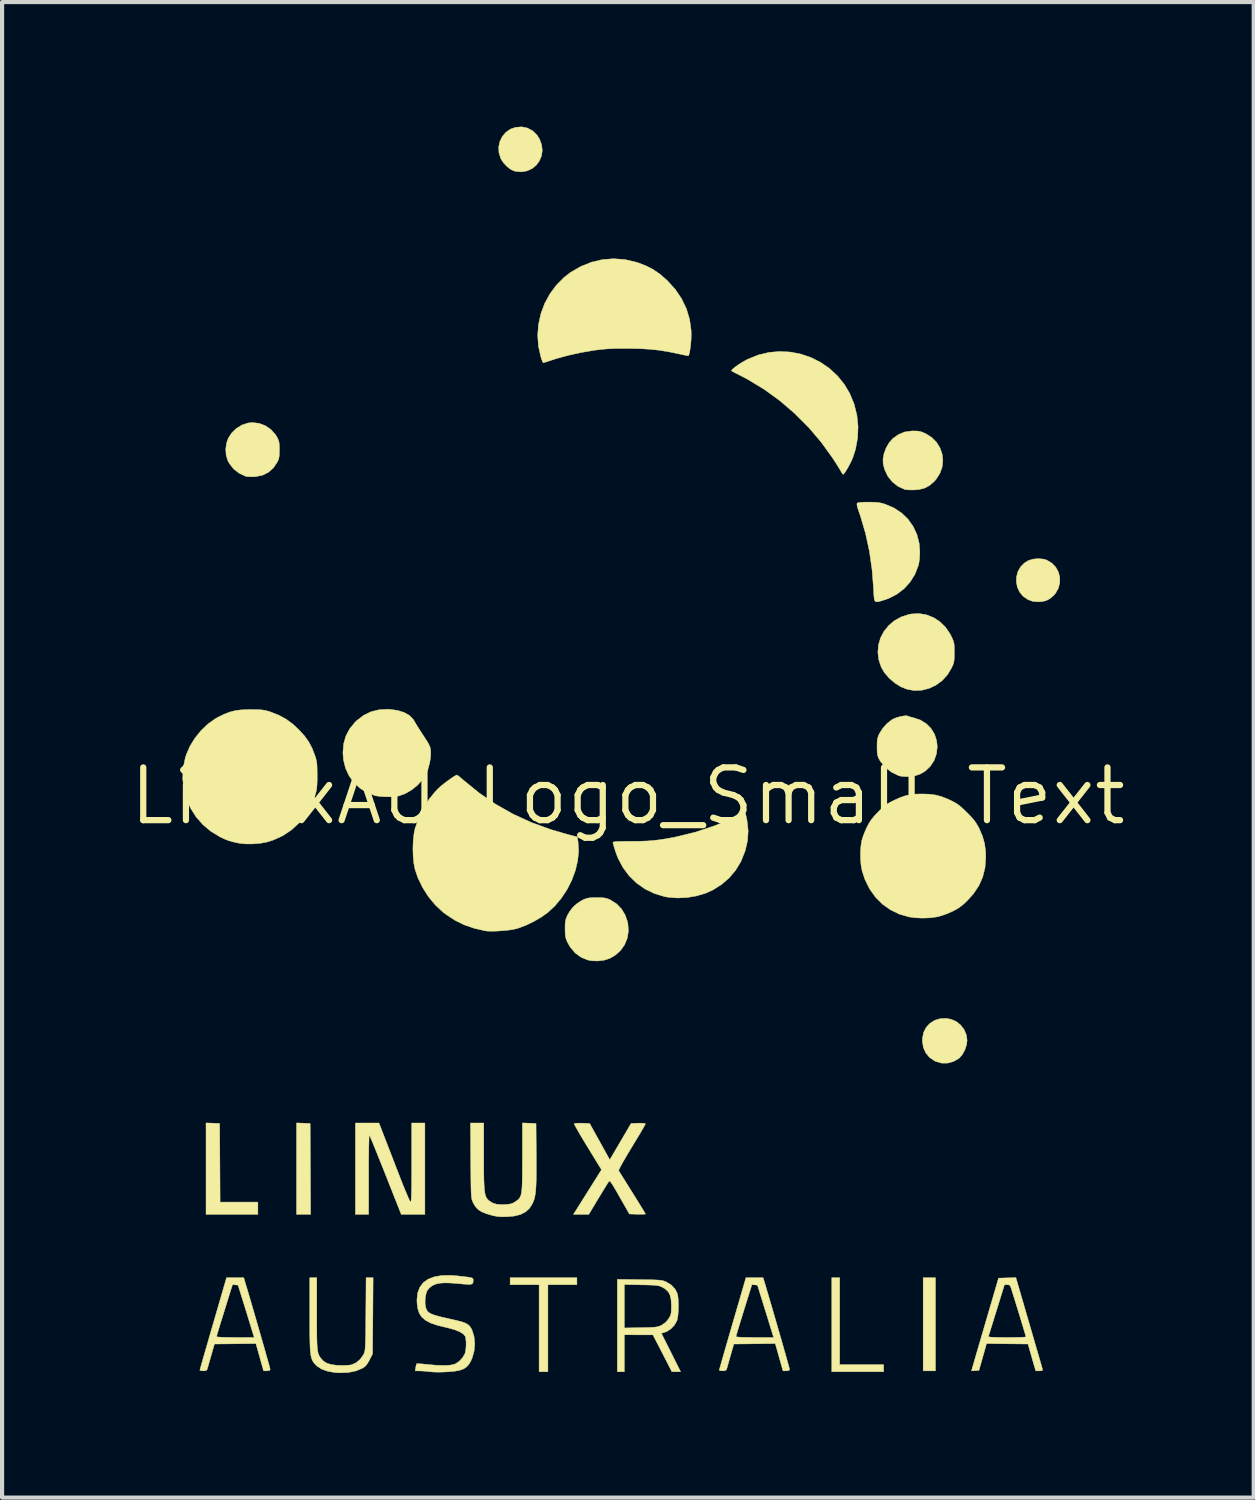
<source format=kicad_pcb>
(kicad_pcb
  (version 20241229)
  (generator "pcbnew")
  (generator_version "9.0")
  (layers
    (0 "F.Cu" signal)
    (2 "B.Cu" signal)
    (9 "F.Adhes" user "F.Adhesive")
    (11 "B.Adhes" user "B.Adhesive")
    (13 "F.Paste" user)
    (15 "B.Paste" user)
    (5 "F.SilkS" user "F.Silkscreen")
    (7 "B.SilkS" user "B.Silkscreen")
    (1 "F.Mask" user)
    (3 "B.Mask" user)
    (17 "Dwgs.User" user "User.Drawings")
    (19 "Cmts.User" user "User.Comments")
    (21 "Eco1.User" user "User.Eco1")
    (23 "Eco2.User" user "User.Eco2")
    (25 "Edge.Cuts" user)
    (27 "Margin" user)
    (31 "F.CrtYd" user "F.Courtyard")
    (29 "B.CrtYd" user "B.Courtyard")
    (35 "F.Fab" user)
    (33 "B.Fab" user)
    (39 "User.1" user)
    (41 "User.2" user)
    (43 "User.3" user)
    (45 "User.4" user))
  (footprint "LinuxAU_Logo_Small_Text"
    (layer "F.Cu")
    (at 12.072 16.123)
    (property "Reference" "LinuxAU_Logo_Small_Text" (at 0 0 0) (layer "F.SilkS") (effects (font (size 1.27 1.27) (thickness 0.15))))
    (attr through_hole)
    (fp_poly (pts (xy 3.841 -13.533) (xy 4.039 -13.467) (xy 4.224 -13.361) (xy 4.392 -13.22) (xy 4.531 -13.053) (xy 4.634 -12.871) (xy 4.701 -12.681) (xy 4.733 -12.485) (xy 4.732 -12.288) (xy 4.699 -12.095) (xy 4.635 -11.91) (xy 4.542 -11.737) (xy 4.42 -11.582) (xy 4.271 -11.447) (xy 4.095 -11.339) (xy 3.895 -11.26) (xy 3.859 -11.25) (xy 3.754 -11.232) (xy 3.628 -11.222) (xy 3.495 -11.222) (xy 3.372 -11.232) (xy 3.281 -11.249) (xy 3.081 -11.326) (xy 2.9 -11.439) (xy 2.743 -11.583) (xy 2.613 -11.755) (xy 2.514 -11.951) (xy 2.485 -12.032) (xy 2.438 -12.247) (xy 2.429 -12.461) (xy 2.458 -12.669) (xy 2.522 -12.866) (xy 2.62 -13.047) (xy 2.75 -13.208) (xy 2.91 -13.344) (xy 3.009 -13.405) (xy 3.215 -13.497) (xy 3.426 -13.549) (xy 3.636 -13.561) (xy 3.841 -13.533)) (stroke (width 0.01) (type solid)) (fill yes) (layer "F.Mask"))
    (fp_poly (pts (xy 9.453 -3.606) (xy 9.684 -3.559) (xy 9.91 -3.473) (xy 9.924 -3.467) (xy 10.059 -3.384) (xy 10.196 -3.271) (xy 10.325 -3.138) (xy 10.437 -2.994) (xy 10.517 -2.857) (xy 10.607 -2.629) (xy 10.655 -2.397) (xy 10.661 -2.163) (xy 10.626 -1.93) (xy 10.604 -1.852) (xy 10.518 -1.641) (xy 10.396 -1.445) (xy 10.243 -1.271) (xy 10.064 -1.124) (xy 9.865 -1.008) (xy 9.716 -0.949) (xy 9.605 -0.922) (xy 9.468 -0.904) (xy 9.32 -0.895) (xy 9.174 -0.896) (xy 9.044 -0.907) (xy 8.975 -0.92) (xy 8.757 -0.996) (xy 8.554 -1.108) (xy 8.373 -1.251) (xy 8.216 -1.421) (xy 8.089 -1.614) (xy 7.996 -1.823) (xy 7.969 -1.916) (xy 7.94 -2.092) (xy 7.935 -2.287) (xy 7.954 -2.486) (xy 7.996 -2.675) (xy 8.035 -2.786) (xy 8.093 -2.9) (xy 8.175 -3.025) (xy 8.27 -3.148) (xy 8.368 -3.252) (xy 8.385 -3.268) (xy 8.572 -3.409) (xy 8.776 -3.514) (xy 8.995 -3.583) (xy 9.222 -3.613) (xy 9.453 -3.606)) (stroke (width 0.01) (type solid)) (fill yes) (layer "F.Mask"))
    (fp_poly (pts (xy -7.359 -7.349) (xy -7.052 -7.288) (xy -6.899 -7.242) (xy -6.638 -7.136) (xy -6.391 -6.999) (xy -6.165 -6.838) (xy -5.968 -6.658) (xy -5.862 -6.537) (xy -5.784 -6.438) (xy -5.843 -6.209) (xy -5.938 -5.755) (xy -5.993 -5.29) (xy -6.01 -4.82) (xy -5.988 -4.351) (xy -5.927 -3.889) (xy -5.87 -3.615) (xy -5.817 -3.388) (xy -5.861 -3.326) (xy -5.913 -3.265) (xy -5.99 -3.188) (xy -6.083 -3.102) (xy -6.183 -3.018) (xy -6.28 -2.943) (xy -6.293 -2.933) (xy -6.554 -2.773) (xy -6.834 -2.649) (xy -7.127 -2.561) (xy -7.43 -2.512) (xy -7.736 -2.502) (xy -8.012 -2.528) (xy -8.337 -2.6) (xy -8.643 -2.708) (xy -8.927 -2.853) (xy -9.189 -3.034) (xy -9.412 -3.232) (xy -9.618 -3.467) (xy -9.787 -3.72) (xy -9.92 -3.985) (xy -10.017 -4.262) (xy -10.079 -4.545) (xy -10.107 -4.833) (xy -10.1 -5.121) (xy -10.059 -5.406) (xy -9.985 -5.685) (xy -9.878 -5.956) (xy -9.739 -6.213) (xy -9.568 -6.455) (xy -9.365 -6.678) (xy -9.132 -6.878) (xy -8.868 -7.053) (xy -8.857 -7.059) (xy -8.577 -7.194) (xy -8.283 -7.292) (xy -7.979 -7.35) (xy -7.67 -7.369) (xy -7.359 -7.349)) (stroke (width 0.01) (type solid)) (fill yes) (layer "F.Mask"))
    (fp_poly (pts (xy 4.108 1.806) (xy 4.36 1.863) (xy 4.608 1.96) (xy 4.72 2.017) (xy 4.843 2.098) (xy 4.975 2.207) (xy 5.108 2.333) (xy 5.231 2.468) (xy 5.335 2.601) (xy 5.395 2.695) (xy 5.501 2.914) (xy 5.579 3.146) (xy 5.628 3.379) (xy 5.646 3.604) (xy 5.641 3.725) (xy 5.595 3.992) (xy 5.513 4.244) (xy 5.396 4.478) (xy 5.248 4.691) (xy 5.072 4.88) (xy 4.87 5.043) (xy 4.647 5.176) (xy 4.405 5.275) (xy 4.147 5.339) (xy 3.958 5.361) (xy 3.854 5.364) (xy 3.747 5.363) (xy 3.659 5.356) (xy 3.651 5.355) (xy 3.376 5.297) (xy 3.12 5.202) (xy 2.884 5.072) (xy 2.672 4.909) (xy 2.486 4.716) (xy 2.328 4.494) (xy 2.202 4.246) (xy 2.134 4.063) (xy 2.115 3.995) (xy 2.101 3.931) (xy 2.092 3.86) (xy 2.087 3.774) (xy 2.085 3.661) (xy 2.085 3.577) (xy 2.086 3.444) (xy 2.089 3.343) (xy 2.095 3.264) (xy 2.106 3.197) (xy 2.122 3.132) (xy 2.135 3.09) (xy 2.236 2.832) (xy 2.367 2.598) (xy 2.526 2.391) (xy 2.708 2.212) (xy 2.911 2.062) (xy 3.13 1.944) (xy 3.363 1.857) (xy 3.606 1.805) (xy 3.855 1.787) (xy 4.108 1.806)) (stroke (width 0.01) (type solid)) (fill yes) (layer "F.Mask"))
    (fp_poly (pts (xy -5.535 -14.494) (xy -5.259 -14.454) (xy -4.993 -14.38) (xy -4.741 -14.271) (xy -4.505 -14.131) (xy -4.288 -13.961) (xy -4.093 -13.763) (xy -3.925 -13.538) (xy -3.785 -13.289) (xy -3.677 -13.016) (xy -3.627 -12.838) (xy -3.604 -12.696) (xy -3.591 -12.529) (xy -3.588 -12.352) (xy -3.596 -12.177) (xy -3.615 -12.018) (xy -3.637 -11.912) (xy -3.733 -11.624) (xy -3.857 -11.367) (xy -4.011 -11.136) (xy -4.128 -11) (xy -4.348 -10.792) (xy -4.584 -10.621) (xy -4.841 -10.486) (xy -5.122 -10.383) (xy -5.133 -10.38) (xy -5.22 -10.357) (xy -5.302 -10.34) (xy -5.39 -10.329) (xy -5.495 -10.322) (xy -5.631 -10.317) (xy -5.641 -10.317) (xy -5.817 -10.316) (xy -5.958 -10.321) (xy -6.069 -10.333) (xy -6.104 -10.34) (xy -6.397 -10.421) (xy -6.669 -10.538) (xy -6.919 -10.688) (xy -7.143 -10.868) (xy -7.34 -11.077) (xy -7.507 -11.312) (xy -7.641 -11.571) (xy -7.74 -11.851) (xy -7.758 -11.922) (xy -7.774 -12.002) (xy -7.788 -12.108) (xy -7.799 -12.221) (xy -7.803 -12.278) (xy -7.8 -12.57) (xy -7.757 -12.854) (xy -7.676 -13.126) (xy -7.56 -13.384) (xy -7.412 -13.623) (xy -7.233 -13.84) (xy -7.026 -14.032) (xy -6.792 -14.196) (xy -6.536 -14.328) (xy -6.39 -14.384) (xy -6.103 -14.46) (xy -5.817 -14.497) (xy -5.535 -14.494)) (stroke (width 0.01) (type solid)) (fill yes) (layer "F.Mask"))
    (fp_poly (pts (xy 7.408 13.843) (xy 7.112 13.843) (xy 7.112 11.599) (xy 7.408 11.599) (xy 7.408 13.843)) (stroke (width 0.01) (type solid)) (fill yes) (layer "F.SilkS"))
    (fp_poly (pts (xy -7.816 7.878) (xy -7.652 7.885) (xy -7.641 10.075) (xy -7.98 10.075) (xy -7.98 7.872) (xy -7.816 7.878)) (stroke (width 0.01) (type solid)) (fill yes) (layer "F.SilkS"))
    (fp_poly (pts (xy 5.101 13.695) (xy 6.16 13.695) (xy 6.16 13.864) (xy 4.911 13.864) (xy 4.911 11.599) (xy 5.101 11.599) (xy 5.101 13.695)) (stroke (width 0.01) (type solid)) (fill yes) (layer "F.SilkS"))
    (fp_poly (pts (xy -9.996 7.878) (xy -9.832 7.885) (xy -9.826 8.832) (xy -9.821 9.779) (xy -8.911 9.779) (xy -8.911 10.075) (xy -10.16 10.075) (xy -10.16 7.872) (xy -9.996 7.878)) (stroke (width 0.01) (type solid)) (fill yes) (layer "F.SilkS"))
    (fp_poly (pts (xy -1.228 11.769) (xy -1.926 11.769) (xy -1.926 13.864) (xy -2.138 13.864) (xy -2.138 11.769) (xy -2.836 11.769) (xy -2.836 11.599) (xy -1.228 11.599) (xy -1.228 11.769)) (stroke (width 0.01) (type solid)) (fill yes) (layer "F.SilkS"))
    (fp_poly (pts (xy -2.417 -16.089) (xy -2.294 -16.023) (xy -2.19 -15.922) (xy -2.128 -15.824) (xy -2.076 -15.683) (xy -2.062 -15.544) (xy -2.082 -15.413) (xy -2.133 -15.294) (xy -2.21 -15.191) (xy -2.31 -15.111) (xy -2.429 -15.057) (xy -2.563 -15.034) (xy -2.708 -15.047) (xy -2.735 -15.054) (xy -2.819 -15.092) (xy -2.907 -15.159) (xy -2.989 -15.244) (xy -3.051 -15.335) (xy -3.061 -15.356) (xy -3.105 -15.493) (xy -3.111 -15.632) (xy -3.083 -15.765) (xy -3.024 -15.886) (xy -2.937 -15.988) (xy -2.826 -16.064) (xy -2.703 -16.107) (xy -2.555 -16.118) (xy -2.417 -16.089)) (stroke (width 0.01) (type solid)) (fill yes) (layer "F.SilkS"))
    (fp_poly (pts (xy 7.783 5.375) (xy 7.91 5.43) (xy 8.017 5.517) (xy 8.101 5.629) (xy 8.154 5.758) (xy 8.17 5.885) (xy 8.156 5.995) (xy 8.117 6.111) (xy 8.06 6.218) (xy 7.991 6.301) (xy 7.972 6.318) (xy 7.839 6.394) (xy 7.698 6.432) (xy 7.553 6.431) (xy 7.411 6.389) (xy 7.391 6.38) (xy 7.267 6.296) (xy 7.175 6.186) (xy 7.116 6.053) (xy 7.093 5.899) (xy 7.095 5.832) (xy 7.123 5.691) (xy 7.185 5.57) (xy 7.275 5.473) (xy 7.389 5.402) (xy 7.521 5.361) (xy 7.665 5.354) (xy 7.783 5.375)) (stroke (width 0.01) (type solid)) (fill yes) (layer "F.SilkS"))
    (fp_poly (pts (xy 10.011 -5.707) (xy 10.086 -5.685) (xy 10.209 -5.612) (xy 10.304 -5.515) (xy 10.368 -5.399) (xy 10.402 -5.271) (xy 10.402 -5.139) (xy 10.369 -5.008) (xy 10.302 -4.887) (xy 10.244 -4.822) (xy 10.154 -4.748) (xy 10.062 -4.703) (xy 9.952 -4.682) (xy 9.863 -4.678) (xy 9.747 -4.691) (xy 9.635 -4.733) (xy 9.634 -4.733) (xy 9.52 -4.811) (xy 9.436 -4.912) (xy 9.381 -5.03) (xy 9.356 -5.156) (xy 9.361 -5.285) (xy 9.395 -5.409) (xy 9.459 -5.522) (xy 9.553 -5.616) (xy 9.644 -5.672) (xy 9.758 -5.707) (xy 9.886 -5.719) (xy 10.011 -5.707)) (stroke (width 0.01) (type solid)) (fill yes) (layer "F.SilkS"))
    (fp_poly (pts (xy -8.879 -8.976) (xy -8.729 -8.919) (xy -8.596 -8.828) (xy -8.49 -8.709) (xy -8.456 -8.656) (xy -8.426 -8.597) (xy -8.407 -8.546) (xy -8.397 -8.489) (xy -8.393 -8.413) (xy -8.393 -8.34) (xy -8.394 -8.237) (xy -8.401 -8.164) (xy -8.414 -8.108) (xy -8.437 -8.056) (xy -8.44 -8.049) (xy -8.537 -7.906) (xy -8.655 -7.8) (xy -8.795 -7.729) (xy -8.958 -7.695) (xy -9.003 -7.691) (xy -9.087 -7.69) (xy -9.16 -7.694) (xy -9.207 -7.702) (xy -9.361 -7.774) (xy -9.494 -7.878) (xy -9.597 -8.008) (xy -9.637 -8.083) (xy -9.676 -8.213) (xy -9.685 -8.358) (xy -9.665 -8.504) (xy -9.624 -8.619) (xy -9.539 -8.749) (xy -9.426 -8.857) (xy -9.294 -8.937) (xy -9.15 -8.985) (xy -9.041 -8.996) (xy -8.879 -8.976)) (stroke (width 0.01) (type solid)) (fill yes) (layer "F.SilkS"))
    (fp_poly (pts (xy 6.963 -8.792) (xy 7.034 -8.783) (xy 7.099 -8.762) (xy 7.179 -8.726) (xy 7.18 -8.725) (xy 7.324 -8.633) (xy 7.438 -8.516) (xy 7.52 -8.38) (xy 7.57 -8.232) (xy 7.586 -8.077) (xy 7.568 -7.921) (xy 7.514 -7.77) (xy 7.423 -7.629) (xy 7.381 -7.581) (xy 7.269 -7.483) (xy 7.152 -7.419) (xy 7.018 -7.384) (xy 6.9 -7.373) (xy 6.81 -7.373) (xy 6.731 -7.376) (xy 6.676 -7.382) (xy 6.668 -7.385) (xy 6.507 -7.459) (xy 6.371 -7.565) (xy 6.262 -7.701) (xy 6.185 -7.862) (xy 6.148 -8.004) (xy 6.145 -8.123) (xy 6.171 -8.256) (xy 6.222 -8.389) (xy 6.293 -8.511) (xy 6.378 -8.608) (xy 6.515 -8.707) (xy 6.665 -8.769) (xy 6.833 -8.793) (xy 6.869 -8.794) (xy 6.963 -8.792)) (stroke (width 0.01) (type solid)) (fill yes) (layer "F.SilkS"))
    (fp_poly (pts (xy 7.19 -4.366) (xy 7.36 -4.3) (xy 7.514 -4.2) (xy 7.649 -4.068) (xy 7.759 -3.907) (xy 7.787 -3.853) (xy 7.821 -3.78) (xy 7.843 -3.722) (xy 7.856 -3.667) (xy 7.862 -3.6) (xy 7.863 -3.51) (xy 7.863 -3.461) (xy 7.863 -3.355) (xy 7.858 -3.279) (xy 7.849 -3.22) (xy 7.832 -3.166) (xy 7.804 -3.103) (xy 7.796 -3.087) (xy 7.697 -2.921) (xy 7.57 -2.782) (xy 7.421 -2.672) (xy 7.255 -2.594) (xy 7.079 -2.549) (xy 6.897 -2.542) (xy 6.729 -2.571) (xy 6.579 -2.63) (xy 6.431 -2.723) (xy 6.295 -2.838) (xy 6.182 -2.969) (xy 6.104 -3.1) (xy 6.043 -3.281) (xy 6.021 -3.463) (xy 6.036 -3.641) (xy 6.085 -3.81) (xy 6.167 -3.966) (xy 6.279 -4.105) (xy 6.418 -4.223) (xy 6.581 -4.314) (xy 6.767 -4.375) (xy 6.826 -4.386) (xy 7.011 -4.396) (xy 7.19 -4.366)) (stroke (width 0.01) (type solid)) (fill yes) (layer "F.SilkS"))
    (fp_poly (pts (xy 5.918 -7.078) (xy 6.012 -7.072) (xy 6.092 -7.059) (xy 6.172 -7.038) (xy 6.198 -7.029) (xy 6.408 -6.94) (xy 6.591 -6.819) (xy 6.746 -6.67) (xy 6.87 -6.495) (xy 6.961 -6.3) (xy 7.016 -6.086) (xy 7.032 -5.882) (xy 7.026 -5.731) (xy 7.008 -5.602) (xy 6.996 -5.555) (xy 6.914 -5.343) (xy 6.797 -5.154) (xy 6.649 -4.992) (xy 6.474 -4.859) (xy 6.275 -4.758) (xy 6.195 -4.73) (xy 6.096 -4.699) (xy 6.026 -4.68) (xy 5.978 -4.679) (xy 5.949 -4.701) (xy 5.933 -4.75) (xy 5.925 -4.83) (xy 5.919 -4.947) (xy 5.918 -4.979) (xy 5.881 -5.451) (xy 5.817 -5.897) (xy 5.724 -6.326) (xy 5.601 -6.744) (xy 5.566 -6.846) (xy 5.534 -6.943) (xy 5.518 -7.007) (xy 5.518 -7.044) (xy 5.524 -7.056) (xy 5.557 -7.068) (xy 5.628 -7.075) (xy 5.732 -7.08) (xy 5.795 -7.08) (xy 5.918 -7.078)) (stroke (width 0.01) (type solid)) (fill yes) (layer "F.SilkS"))
    (fp_poly (pts (xy 6.74 -1.929) (xy 6.742 -1.928) (xy 6.773 -1.915) (xy 6.831 -1.898) (xy 6.879 -1.887) (xy 7.046 -1.831) (xy 7.188 -1.743) (xy 7.303 -1.627) (xy 7.388 -1.486) (xy 7.438 -1.326) (xy 7.451 -1.186) (xy 7.431 -1.014) (xy 7.374 -0.855) (xy 7.284 -0.717) (xy 7.163 -0.603) (xy 7.055 -0.537) (xy 6.95 -0.499) (xy 6.826 -0.476) (xy 6.698 -0.468) (xy 6.582 -0.477) (xy 6.516 -0.494) (xy 6.344 -0.579) (xy 6.198 -0.695) (xy 6.082 -0.837) (xy 6.049 -0.893) (xy 6.025 -0.945) (xy 6.011 -1) (xy 6.003 -1.069) (xy 6.001 -1.166) (xy 6.001 -1.185) (xy 6.002 -1.286) (xy 6.008 -1.359) (xy 6.022 -1.417) (xy 6.045 -1.477) (xy 6.06 -1.508) (xy 6.138 -1.632) (xy 6.238 -1.744) (xy 6.349 -1.832) (xy 6.401 -1.862) (xy 6.472 -1.89) (xy 6.553 -1.913) (xy 6.634 -1.929) (xy 6.7 -1.935) (xy 6.74 -1.929)) (stroke (width 0.01) (type solid)) (fill yes) (layer "F.SilkS"))
    (fp_poly (pts (xy -0.647 2.446) (xy -0.572 2.452) (xy -0.512 2.464) (xy -0.454 2.486) (xy -0.423 2.5) (xy -0.276 2.593) (xy -0.155 2.716) (xy -0.064 2.866) (xy -0.006 3.038) (xy 0.000175 3.07) (xy 0.013 3.25) (xy -0.014 3.422) (xy -0.078 3.579) (xy -0.176 3.719) (xy -0.306 3.834) (xy -0.436 3.909) (xy -0.569 3.952) (xy -0.72 3.971) (xy -0.871 3.967) (xy -0.968 3.948) (xy -1.128 3.882) (xy -1.268 3.779) (xy -1.384 3.644) (xy -1.458 3.516) (xy -1.485 3.451) (xy -1.502 3.391) (xy -1.51 3.321) (xy -1.513 3.227) (xy -1.513 3.196) (xy -1.512 3.094) (xy -1.505 3.019) (xy -1.491 2.957) (xy -1.466 2.895) (xy -1.457 2.875) (xy -1.409 2.79) (xy -1.345 2.703) (xy -1.302 2.656) (xy -1.227 2.591) (xy -1.138 2.531) (xy -1.084 2.501) (xy -1.021 2.474) (xy -0.963 2.457) (xy -0.897 2.448) (xy -0.809 2.445) (xy -0.751 2.445) (xy -0.647 2.446)) (stroke (width 0.01) (type solid)) (fill yes) (layer "F.SilkS"))
    (fp_poly (pts (xy -5.748 -2.09) (xy -5.552 -2.064) (xy -5.39 -2.015) (xy -5.262 -1.943) (xy -5.169 -1.847) (xy -5.142 -1.803) (xy -5.111 -1.748) (xy -5.062 -1.669) (xy -5.002 -1.574) (xy -4.937 -1.474) (xy -4.924 -1.455) (xy -4.857 -1.352) (xy -4.81 -1.276) (xy -4.78 -1.217) (xy -4.761 -1.167) (xy -4.752 -1.119) (xy -4.748 -1.084) (xy -4.75 -0.951) (xy -4.773 -0.8) (xy -4.815 -0.648) (xy -4.86 -0.536) (xy -4.948 -0.393) (xy -5.069 -0.26) (xy -5.212 -0.145) (xy -5.369 -0.056) (xy -5.527 -0.001) (xy -5.625 0.013) (xy -5.747 0.018) (xy -5.877 0.016) (xy -5.998 0.005) (xy -6.09 -0.011) (xy -6.284 -0.084) (xy -6.454 -0.191) (xy -6.599 -0.327) (xy -6.715 -0.488) (xy -6.8 -0.672) (xy -6.85 -0.873) (xy -6.863 -1.048) (xy -6.846 -1.256) (xy -6.793 -1.445) (xy -6.702 -1.617) (xy -6.572 -1.777) (xy -6.53 -1.818) (xy -6.368 -1.943) (xy -6.187 -2.031) (xy -5.989 -2.08) (xy -5.776 -2.091) (xy -5.748 -2.09)) (stroke (width 0.01) (type solid)) (fill yes) (layer "F.SilkS"))
    (fp_poly (pts (xy 3.912 -10.695) (xy 4.165 -10.646) (xy 4.409 -10.563) (xy 4.64 -10.447) (xy 4.854 -10.3) (xy 5.046 -10.122) (xy 5.213 -9.916) (xy 5.344 -9.696) (xy 5.449 -9.441) (xy 5.516 -9.173) (xy 5.544 -8.899) (xy 5.533 -8.624) (xy 5.483 -8.353) (xy 5.419 -8.154) (xy 5.387 -8.08) (xy 5.346 -7.997) (xy 5.301 -7.914) (xy 5.257 -7.84) (xy 5.219 -7.782) (xy 5.191 -7.751) (xy 5.184 -7.747) (xy 5.168 -7.764) (xy 5.14 -7.807) (xy 5.123 -7.837) (xy 5.091 -7.891) (xy 5.042 -7.97) (xy 4.984 -8.061) (xy 4.934 -8.138) (xy 4.658 -8.521) (xy 4.351 -8.882) (xy 4.016 -9.217) (xy 3.658 -9.524) (xy 3.28 -9.798) (xy 2.887 -10.036) (xy 2.727 -10.12) (xy 2.64 -10.164) (xy 2.567 -10.201) (xy 2.517 -10.228) (xy 2.498 -10.239) (xy 2.503 -10.26) (xy 2.538 -10.297) (xy 2.597 -10.344) (xy 2.674 -10.398) (xy 2.762 -10.453) (xy 2.854 -10.504) (xy 2.888 -10.522) (xy 3.138 -10.623) (xy 3.394 -10.685) (xy 3.654 -10.708) (xy 3.912 -10.695)) (stroke (width 0.01) (type solid)) (fill yes) (layer "F.SilkS"))
    (fp_poly (pts (xy 2.835 0.431) (xy 2.849 0.487) (xy 2.865 0.564) (xy 2.871 0.595) (xy 2.897 0.834) (xy 2.882 1.073) (xy 2.827 1.313) (xy 2.731 1.557) (xy 2.716 1.587) (xy 2.595 1.787) (xy 2.44 1.97) (xy 2.256 2.129) (xy 2.049 2.26) (xy 1.87 2.341) (xy 1.653 2.405) (xy 1.421 2.444) (xy 1.187 2.454) (xy 0.965 2.436) (xy 0.889 2.422) (xy 0.641 2.348) (xy 0.413 2.238) (xy 0.208 2.094) (xy 0.029 1.919) (xy -0.122 1.715) (xy -0.242 1.486) (xy -0.298 1.334) (xy -0.325 1.248) (xy -0.346 1.176) (xy -0.358 1.128) (xy -0.36 1.117) (xy -0.35 1.107) (xy -0.317 1.1) (xy -0.258 1.095) (xy -0.168 1.092) (xy -0.043 1.09) (xy 0.079 1.09) (xy 0.282 1.088) (xy 0.456 1.082) (xy 0.614 1.07) (xy 0.768 1.052) (xy 0.933 1.026) (xy 1.121 0.991) (xy 1.154 0.984) (xy 1.629 0.868) (xy 2.097 0.712) (xy 2.563 0.515) (xy 2.588 0.503) (xy 2.677 0.462) (xy 2.752 0.43) (xy 2.804 0.411) (xy 2.827 0.406) (xy 2.835 0.431)) (stroke (width 0.01) (type solid)) (fill yes) (layer "F.SilkS"))
    (fp_poly (pts (xy -5.923 8.059) (xy -5.899 8.121) (xy -5.862 8.217) (xy -5.814 8.341) (xy -5.757 8.488) (xy -5.694 8.651) (xy -5.627 8.825) (xy -5.558 9.004) (xy -5.555 9.011) (xy -5.485 9.191) (xy -5.421 9.354) (xy -5.363 9.496) (xy -5.314 9.613) (xy -5.275 9.701) (xy -5.248 9.758) (xy -5.234 9.779) (xy -5.233 9.779) (xy -5.227 9.77) (xy -5.221 9.743) (xy -5.217 9.694) (xy -5.214 9.619) (xy -5.211 9.517) (xy -5.209 9.384) (xy -5.208 9.217) (xy -5.207 9.013) (xy -5.207 8.826) (xy -5.207 7.874) (xy -4.889 7.874) (xy -4.889 10.075) (xy -5.458 10.075) (xy -5.833 9.128) (xy -5.908 8.938) (xy -5.98 8.76) (xy -6.045 8.598) (xy -6.102 8.456) (xy -6.151 8.337) (xy -6.189 8.246) (xy -6.214 8.186) (xy -6.226 8.161) (xy -6.226 8.161) (xy -6.23 8.177) (xy -6.233 8.232) (xy -6.236 8.32) (xy -6.239 8.439) (xy -6.241 8.584) (xy -6.243 8.751) (xy -6.244 8.936) (xy -6.244 9.108) (xy -6.244 10.075) (xy -6.562 10.075) (xy -6.562 7.874) (xy -5.995 7.874) (xy -5.923 8.059)) (stroke (width 0.01) (type solid)) (fill yes) (layer "F.SilkS"))
    (fp_poly (pts (xy -4.095 -0.495) (xy -4.05 -0.46) (xy -3.989 -0.408) (xy -3.951 -0.375) (xy -3.574 -0.069) (xy -3.177 0.201) (xy -2.758 0.437) (xy -2.316 0.639) (xy -1.847 0.809) (xy -1.511 0.907) (xy -1.218 0.985) (xy -1.2 1.101) (xy -1.186 1.321) (xy -1.208 1.551) (xy -1.263 1.787) (xy -1.349 2.021) (xy -1.462 2.247) (xy -1.601 2.458) (xy -1.761 2.649) (xy -1.934 2.808) (xy -2.088 2.917) (xy -2.263 3.019) (xy -2.447 3.108) (xy -2.623 3.176) (xy -2.699 3.198) (xy -2.789 3.217) (xy -2.904 3.232) (xy -3.032 3.244) (xy -3.162 3.252) (xy -3.282 3.255) (xy -3.38 3.252) (xy -3.429 3.247) (xy -3.699 3.185) (xy -3.941 3.102) (xy -4.163 2.993) (xy -4.376 2.853) (xy -4.456 2.793) (xy -4.638 2.623) (xy -4.804 2.422) (xy -4.946 2.199) (xy -5.059 1.963) (xy -5.126 1.767) (xy -5.155 1.621) (xy -5.172 1.448) (xy -5.177 1.262) (xy -5.17 1.076) (xy -5.151 0.905) (xy -5.126 0.783) (xy -5.042 0.537) (xy -4.928 0.299) (xy -4.789 0.077) (xy -4.631 -0.117) (xy -4.555 -0.194) (xy -4.49 -0.251) (xy -4.412 -0.313) (xy -4.329 -0.375) (xy -4.25 -0.431) (xy -4.182 -0.476) (xy -4.134 -0.503) (xy -4.116 -0.508) (xy -4.095 -0.495)) (stroke (width 0.01) (type solid)) (fill yes) (layer "F.SilkS"))
    (fp_poly (pts (xy -0.072 -12.922) (xy 0.198 -12.86) (xy 0.243 -12.846) (xy 0.44 -12.77) (xy 0.612 -12.681) (xy 0.773 -12.57) (xy 0.935 -12.429) (xy 0.949 -12.416) (xy 1.14 -12.206) (xy 1.294 -11.979) (xy 1.41 -11.737) (xy 1.487 -11.482) (xy 1.523 -11.217) (xy 1.526 -11.109) (xy 1.523 -11.002) (xy 1.515 -10.894) (xy 1.503 -10.792) (xy 1.489 -10.705) (xy 1.474 -10.641) (xy 1.458 -10.607) (xy 1.453 -10.604) (xy 1.423 -10.609) (xy 1.362 -10.621) (xy 1.278 -10.639) (xy 1.196 -10.657) (xy 0.969 -10.703) (xy 0.752 -10.738) (xy 0.533 -10.761) (xy 0.299 -10.775) (xy 0.038 -10.781) (xy -0.032 -10.781) (xy -0.216 -10.78) (xy -0.37 -10.777) (xy -0.503 -10.77) (xy -0.628 -10.759) (xy -0.756 -10.744) (xy -0.815 -10.736) (xy -1.127 -10.682) (xy -1.434 -10.615) (xy -1.719 -10.537) (xy -1.834 -10.5) (xy -1.918 -10.472) (xy -1.987 -10.45) (xy -2.03 -10.437) (xy -2.04 -10.435) (xy -2.051 -10.454) (xy -2.071 -10.503) (xy -2.094 -10.572) (xy -2.096 -10.578) (xy -2.154 -10.836) (xy -2.172 -11.098) (xy -2.152 -11.359) (xy -2.096 -11.615) (xy -2.005 -11.861) (xy -1.88 -12.092) (xy -1.724 -12.303) (xy -1.538 -12.491) (xy -1.376 -12.616) (xy -1.131 -12.757) (xy -0.875 -12.859) (xy -0.612 -12.921) (xy -0.343 -12.942) (xy -0.072 -12.922)) (stroke (width 0.01) (type solid)) (fill yes) (layer "F.SilkS"))
    (fp_poly (pts (xy -8.954 -2.082) (xy -8.859 -2.079) (xy -8.784 -2.072) (xy -8.719 -2.06) (xy -8.653 -2.041) (xy -8.604 -2.026) (xy -8.403 -1.946) (xy -8.227 -1.85) (xy -8.064 -1.729) (xy -7.926 -1.6) (xy -7.792 -1.453) (xy -7.688 -1.309) (xy -7.606 -1.154) (xy -7.536 -0.974) (xy -7.532 -0.963) (xy -7.512 -0.898) (xy -7.498 -0.837) (xy -7.489 -0.768) (xy -7.485 -0.683) (xy -7.483 -0.572) (xy -7.482 -0.497) (xy -7.483 -0.366) (xy -7.487 -0.266) (xy -7.494 -0.187) (xy -7.505 -0.12) (xy -7.522 -0.053) (xy -7.532 -0.021) (xy -7.63 0.225) (xy -7.76 0.449) (xy -7.92 0.648) (xy -8.107 0.819) (xy -8.317 0.958) (xy -8.547 1.062) (xy -8.701 1.109) (xy -8.859 1.138) (xy -9.032 1.152) (xy -9.204 1.152) (xy -9.355 1.137) (xy -9.369 1.134) (xy -9.501 1.106) (xy -9.61 1.075) (xy -9.714 1.035) (xy -9.821 0.984) (xy -10.042 0.851) (xy -10.235 0.689) (xy -10.399 0.501) (xy -10.531 0.294) (xy -10.629 0.069) (xy -10.694 -0.169) (xy -10.721 -0.415) (xy -10.711 -0.665) (xy -10.661 -0.916) (xy -10.635 -0.998) (xy -10.548 -1.2) (xy -10.427 -1.396) (xy -10.282 -1.576) (xy -10.117 -1.734) (xy -9.94 -1.861) (xy -9.874 -1.898) (xy -9.725 -1.971) (xy -9.593 -2.022) (xy -9.466 -2.056) (xy -9.329 -2.075) (xy -9.171 -2.083) (xy -9.081 -2.084) (xy -8.954 -2.082)) (stroke (width 0.01) (type solid)) (fill yes) (layer "F.SilkS"))
    (fp_poly (pts (xy -7.493 12.464) (xy -7.493 12.689) (xy -7.492 12.876) (xy -7.491 13.029) (xy -7.488 13.153) (xy -7.483 13.25) (xy -7.476 13.327) (xy -7.467 13.386) (xy -7.455 13.433) (xy -7.439 13.471) (xy -7.42 13.504) (xy -7.397 13.537) (xy -7.394 13.542) (xy -7.328 13.611) (xy -7.248 13.66) (xy -7.144 13.692) (xy -7.009 13.709) (xy -6.953 13.712) (xy -6.842 13.713) (xy -6.742 13.709) (xy -6.667 13.7) (xy -6.651 13.696) (xy -6.544 13.647) (xy -6.448 13.566) (xy -6.374 13.463) (xy -6.362 13.441) (xy -6.351 13.416) (xy -6.342 13.389) (xy -6.335 13.355) (xy -6.329 13.312) (xy -6.325 13.254) (xy -6.321 13.178) (xy -6.318 13.078) (xy -6.316 12.951) (xy -6.314 12.793) (xy -6.312 12.599) (xy -6.311 12.472) (xy -6.305 11.599) (xy -6.136 11.599) (xy -6.142 12.517) (xy -6.149 13.435) (xy -6.223 13.58) (xy -6.273 13.669) (xy -6.321 13.729) (xy -6.376 13.77) (xy -6.382 13.774) (xy -6.544 13.843) (xy -6.733 13.883) (xy -6.944 13.891) (xy -7.059 13.884) (xy -7.23 13.853) (xy -7.375 13.801) (xy -7.487 13.729) (xy -7.522 13.695) (xy -7.554 13.658) (xy -7.581 13.622) (xy -7.603 13.582) (xy -7.62 13.534) (xy -7.634 13.475) (xy -7.644 13.401) (xy -7.652 13.306) (xy -7.657 13.189) (xy -7.66 13.043) (xy -7.662 12.866) (xy -7.662 12.653) (xy -7.662 12.495) (xy -7.662 11.599) (xy -7.493 11.599) (xy -7.493 12.464)) (stroke (width 0.01) (type solid)) (fill yes) (layer "F.SilkS"))
    (fp_poly (pts (xy 0.28 11.646) (xy 0.446 11.648) (xy 0.575 11.65) (xy 0.673 11.653) (xy 0.747 11.658) (xy 0.802 11.664) (xy 0.845 11.672) (xy 0.881 11.684) (xy 0.917 11.698) (xy 0.926 11.703) (xy 1.049 11.778) (xy 1.14 11.878) (xy 1.188 11.973) (xy 1.205 12.05) (xy 1.215 12.156) (xy 1.218 12.277) (xy 1.215 12.402) (xy 1.205 12.516) (xy 1.189 12.608) (xy 1.179 12.64) (xy 1.121 12.742) (xy 1.037 12.83) (xy 0.939 12.895) (xy 0.892 12.913) (xy 0.807 12.939) (xy 1.039 13.401) (xy 1.27 13.864) (xy 1.06 13.864) (xy 0.832 13.42) (xy 0.603 12.976) (xy 0.259 12.976) (xy -0.085 12.975) (xy -0.085 13.864) (xy -0.254 13.864) (xy -0.254 12.81) (xy -0.085 12.81) (xy 0.313 12.803) (xy 0.453 12.8) (xy 0.558 12.796) (xy 0.636 12.792) (xy 0.693 12.785) (xy 0.736 12.775) (xy 0.774 12.761) (xy 0.813 12.743) (xy 0.815 12.741) (xy 0.911 12.675) (xy 0.984 12.584) (xy 1.014 12.532) (xy 1.033 12.487) (xy 1.043 12.435) (xy 1.047 12.364) (xy 1.048 12.278) (xy 1.041 12.136) (xy 1.018 12.026) (xy 0.975 11.943) (xy 0.909 11.877) (xy 0.837 11.833) (xy 0.798 11.814) (xy 0.761 11.8) (xy 0.719 11.79) (xy 0.664 11.783) (xy 0.589 11.779) (xy 0.487 11.775) (xy 0.352 11.772) (xy 0.323 11.772) (xy -0.085 11.764) (xy -0.085 12.81) (xy -0.254 12.81) (xy -0.254 11.639) (xy 0.28 11.646)) (stroke (width 0.01) (type solid)) (fill yes) (layer "F.SilkS"))
    (fp_poly (pts (xy 7.267 -0.045) (xy 7.419 -0.024) (xy 7.562 0.015) (xy 7.713 0.076) (xy 7.789 0.111) (xy 7.875 0.156) (xy 7.95 0.203) (xy 8.023 0.261) (xy 8.106 0.337) (xy 8.171 0.401) (xy 8.265 0.497) (xy 8.334 0.576) (xy 8.387 0.65) (xy 8.433 0.728) (xy 8.462 0.783) (xy 8.54 0.965) (xy 8.59 1.138) (xy 8.615 1.32) (xy 8.62 1.482) (xy 8.601 1.725) (xy 8.546 1.95) (xy 8.454 2.158) (xy 8.323 2.353) (xy 8.18 2.512) (xy 8.088 2.6) (xy 8.007 2.666) (xy 7.924 2.72) (xy 7.824 2.773) (xy 7.808 2.78) (xy 7.693 2.831) (xy 7.572 2.874) (xy 7.465 2.905) (xy 7.446 2.909) (xy 7.279 2.932) (xy 7.094 2.939) (xy 6.911 2.93) (xy 6.773 2.911) (xy 6.538 2.843) (xy 6.323 2.739) (xy 6.13 2.602) (xy 5.962 2.433) (xy 5.821 2.234) (xy 5.71 2.009) (xy 5.64 1.799) (xy 5.617 1.675) (xy 5.604 1.525) (xy 5.602 1.367) (xy 5.611 1.215) (xy 5.63 1.085) (xy 5.637 1.058) (xy 5.664 0.974) (xy 5.703 0.871) (xy 5.748 0.768) (xy 5.761 0.741) (xy 5.812 0.646) (xy 5.866 0.564) (xy 5.933 0.482) (xy 6.023 0.387) (xy 6.032 0.378) (xy 6.122 0.291) (xy 6.198 0.226) (xy 6.272 0.175) (xy 6.359 0.127) (xy 6.415 0.1) (xy 6.558 0.035) (xy 6.682 -0.008) (xy 6.802 -0.035) (xy 6.933 -0.048) (xy 7.091 -0.051) (xy 7.267 -0.045)) (stroke (width 0.01) (type solid)) (fill yes) (layer "F.SilkS"))
    (fp_poly (pts (xy -2.376 7.878) (xy -2.212 7.885) (xy -2.206 8.647) (xy -2.205 8.882) (xy -2.205 9.08) (xy -2.207 9.245) (xy -2.212 9.38) (xy -2.219 9.491) (xy -2.229 9.582) (xy -2.243 9.657) (xy -2.26 9.721) (xy -2.282 9.779) (xy -2.299 9.817) (xy -2.371 9.93) (xy -2.466 10.016) (xy -2.587 10.078) (xy -2.738 10.115) (xy -2.91 10.131) (xy -3.039 10.133) (xy -3.143 10.125) (xy -3.239 10.107) (xy -3.271 10.099) (xy -3.412 10.057) (xy -3.518 10.014) (xy -3.598 9.965) (xy -3.659 9.904) (xy -3.709 9.827) (xy -3.733 9.779) (xy -3.744 9.754) (xy -3.753 9.728) (xy -3.761 9.697) (xy -3.766 9.656) (xy -3.771 9.601) (xy -3.775 9.528) (xy -3.778 9.433) (xy -3.78 9.311) (xy -3.782 9.159) (xy -3.783 8.973) (xy -3.785 8.779) (xy -3.791 7.874) (xy -3.471 7.874) (xy -3.471 8.674) (xy -3.471 8.903) (xy -3.47 9.094) (xy -3.467 9.25) (xy -3.462 9.376) (xy -3.455 9.476) (xy -3.445 9.554) (xy -3.432 9.613) (xy -3.414 9.659) (xy -3.393 9.695) (xy -3.366 9.724) (xy -3.345 9.744) (xy -3.262 9.798) (xy -3.167 9.829) (xy -3.048 9.84) (xy -2.962 9.838) (xy -2.869 9.83) (xy -2.803 9.817) (xy -2.749 9.793) (xy -2.707 9.767) (xy -2.668 9.739) (xy -2.635 9.712) (xy -2.609 9.682) (xy -2.588 9.644) (xy -2.571 9.595) (xy -2.56 9.531) (xy -2.551 9.447) (xy -2.546 9.34) (xy -2.543 9.205) (xy -2.541 9.038) (xy -2.541 8.834) (xy -2.54 8.704) (xy -2.54 7.872) (xy -2.376 7.878)) (stroke (width 0.01) (type solid)) (fill yes) (layer "F.SilkS"))
    (fp_poly (pts (xy -9.2 11.774) (xy -9.16 11.905) (xy -9.115 12.057) (xy -9.066 12.224) (xy -9.014 12.403) (xy -8.96 12.588) (xy -8.906 12.775) (xy -8.853 12.96) (xy -8.802 13.138) (xy -8.754 13.304) (xy -8.712 13.454) (xy -8.675 13.584) (xy -8.646 13.688) (xy -8.626 13.763) (xy -8.616 13.804) (xy -8.615 13.809) (xy -8.628 13.833) (xy -8.671 13.842) (xy -8.694 13.843) (xy -8.774 13.843) (xy -8.866 13.515) (xy -8.959 13.186) (xy -9.458 13.192) (xy -9.957 13.197) (xy -10.027 13.441) (xy -10.057 13.545) (xy -10.085 13.642) (xy -10.107 13.72) (xy -10.119 13.764) (xy -10.136 13.815) (xy -10.161 13.837) (xy -10.209 13.843) (xy -10.224 13.843) (xy -10.277 13.839) (xy -10.307 13.831) (xy -10.309 13.827) (xy -10.303 13.804) (xy -10.287 13.745) (xy -10.26 13.652) (xy -10.226 13.53) (xy -10.183 13.382) (xy -10.134 13.213) (xy -10.08 13.025) (xy -10.078 13.019) (xy -9.906 13.019) (xy -9.886 13.025) (xy -9.828 13.031) (xy -9.738 13.035) (xy -9.62 13.037) (xy -9.48 13.039) (xy -9.453 13.039) (xy -8.999 13.039) (xy -9.053 12.864) (xy -9.075 12.791) (xy -9.108 12.686) (xy -9.147 12.559) (xy -9.19 12.418) (xy -9.235 12.273) (xy -9.247 12.234) (xy -9.389 11.779) (xy -9.522 11.766) (xy -9.607 12.037) (xy -9.644 12.157) (xy -9.689 12.302) (xy -9.737 12.457) (xy -9.783 12.605) (xy -9.799 12.654) (xy -9.834 12.769) (xy -9.864 12.87) (xy -9.888 12.95) (xy -9.902 13.002) (xy -9.906 13.019) (xy -10.078 13.019) (xy -10.022 12.823) (xy -9.987 12.705) (xy -9.666 11.599) (xy -9.252 11.599) (xy -9.2 11.774)) (stroke (width 0.01) (type solid)) (fill yes) (layer "F.SilkS"))
    (fp_poly (pts (xy 3.31 11.774) (xy 3.349 11.905) (xy 3.394 12.057) (xy 3.443 12.224) (xy 3.495 12.403) (xy 3.549 12.588) (xy 3.603 12.775) (xy 3.657 12.96) (xy 3.708 13.138) (xy 3.755 13.304) (xy 3.798 13.454) (xy 3.834 13.584) (xy 3.863 13.688) (xy 3.884 13.763) (xy 3.894 13.804) (xy 3.895 13.809) (xy 3.882 13.833) (xy 3.839 13.842) (xy 3.815 13.843) (xy 3.736 13.843) (xy 3.643 13.515) (xy 3.55 13.186) (xy 3.051 13.192) (xy 2.552 13.197) (xy 2.482 13.441) (xy 2.452 13.545) (xy 2.425 13.642) (xy 2.403 13.72) (xy 2.391 13.764) (xy 2.373 13.815) (xy 2.348 13.837) (xy 2.3 13.843) (xy 2.285 13.843) (xy 2.232 13.839) (xy 2.203 13.831) (xy 2.201 13.827) (xy 2.206 13.804) (xy 2.223 13.745) (xy 2.249 13.652) (xy 2.284 13.53) (xy 2.326 13.382) (xy 2.375 13.213) (xy 2.429 13.025) (xy 2.431 13.019) (xy 2.603 13.019) (xy 2.624 13.025) (xy 2.682 13.031) (xy 2.772 13.035) (xy 2.889 13.037) (xy 3.029 13.039) (xy 3.057 13.039) (xy 3.51 13.039) (xy 3.457 12.864) (xy 3.434 12.791) (xy 3.402 12.686) (xy 3.363 12.559) (xy 3.319 12.418) (xy 3.274 12.273) (xy 3.262 12.234) (xy 3.121 11.779) (xy 2.987 11.766) (xy 2.903 12.037) (xy 2.865 12.157) (xy 2.82 12.302) (xy 2.772 12.457) (xy 2.726 12.605) (xy 2.711 12.654) (xy 2.676 12.769) (xy 2.645 12.87) (xy 2.622 12.95) (xy 2.607 13.002) (xy 2.603 13.019) (xy 2.431 13.019) (xy 2.488 12.823) (xy 2.522 12.705) (xy 2.844 11.599) (xy 3.257 11.599) (xy 3.31 11.774)) (stroke (width 0.01) (type solid)) (fill yes) (layer "F.SilkS"))
    (fp_poly (pts (xy -1.099 7.878) (xy -0.921 7.885) (xy -0.678 8.322) (xy -0.436 8.76) (xy -0.279 8.492) (xy -0.212 8.378) (xy -0.143 8.26) (xy -0.079 8.151) (xy -0.027 8.063) (xy -0.022 8.054) (xy 0.077 7.885) (xy 0.25 7.878) (xy 0.343 7.878) (xy 0.402 7.883) (xy 0.423 7.894) (xy 0.423 7.894) (xy 0.413 7.917) (xy 0.383 7.971) (xy 0.336 8.052) (xy 0.275 8.156) (xy 0.203 8.276) (xy 0.122 8.41) (xy 0.094 8.456) (xy -0.001 8.613) (xy -0.081 8.749) (xy -0.145 8.861) (xy -0.19 8.945) (xy -0.216 9) (xy -0.221 9.022) (xy -0.206 9.046) (xy -0.171 9.102) (xy -0.121 9.183) (xy -0.056 9.286) (xy 0.018 9.405) (xy 0.1 9.536) (xy 0.109 9.551) (xy 0.191 9.681) (xy 0.264 9.8) (xy 0.327 9.902) (xy 0.377 9.984) (xy 0.41 10.039) (xy 0.423 10.064) (xy 0.423 10.065) (xy 0.404 10.069) (xy 0.351 10.072) (xy 0.275 10.072) (xy 0.23 10.071) (xy 0.036 10.065) (xy -0.198 9.655) (xy -0.274 9.522) (xy -0.332 9.422) (xy -0.375 9.352) (xy -0.407 9.306) (xy -0.429 9.281) (xy -0.444 9.274) (xy -0.456 9.279) (xy -0.46 9.285) (xy -0.48 9.314) (xy -0.517 9.374) (xy -0.569 9.458) (xy -0.631 9.56) (xy -0.7 9.673) (xy -0.716 9.699) (xy -0.942 10.075) (xy -1.311 10.075) (xy -0.973 9.537) (xy -0.635 8.999) (xy -0.971 8.452) (xy -1.054 8.315) (xy -1.129 8.19) (xy -1.193 8.08) (xy -1.243 7.991) (xy -1.277 7.928) (xy -1.292 7.893) (xy -1.292 7.889) (xy -1.265 7.882) (xy -1.207 7.878) (xy -1.128 7.878) (xy -1.099 7.878)) (stroke (width 0.01) (type solid)) (fill yes) (layer "F.SilkS"))
    (fp_poly (pts (xy 9.658 12.673) (xy 9.718 12.879) (xy 9.775 13.075) (xy 9.827 13.255) (xy 9.874 13.416) (xy 9.914 13.554) (xy 9.946 13.664) (xy 9.969 13.744) (xy 9.981 13.788) (xy 9.983 13.795) (xy 9.987 13.826) (xy 9.971 13.839) (xy 9.924 13.843) (xy 9.909 13.843) (xy 9.823 13.843) (xy 9.781 13.7) (xy 9.754 13.608) (xy 9.723 13.498) (xy 9.692 13.39) (xy 9.688 13.377) (xy 9.637 13.197) (xy 9.137 13.192) (xy 8.638 13.186) (xy 8.616 13.266) (xy 8.601 13.318) (xy 8.579 13.4) (xy 8.55 13.498) (xy 8.525 13.589) (xy 8.455 13.832) (xy 8.365 13.839) (xy 8.311 13.842) (xy 8.28 13.84) (xy 8.277 13.839) (xy 8.283 13.818) (xy 8.299 13.76) (xy 8.326 13.669) (xy 8.361 13.548) (xy 8.403 13.402) (xy 8.452 13.233) (xy 8.507 13.047) (xy 8.517 13.012) (xy 8.684 13.012) (xy 8.69 13.021) (xy 8.717 13.028) (xy 8.77 13.033) (xy 8.852 13.036) (xy 8.969 13.038) (xy 9.123 13.039) (xy 9.132 13.039) (xy 9.266 13.038) (xy 9.384 13.036) (xy 9.481 13.034) (xy 9.55 13.03) (xy 9.585 13.027) (xy 9.588 13.025) (xy 9.583 13.003) (xy 9.566 12.946) (xy 9.54 12.86) (xy 9.507 12.751) (xy 9.469 12.625) (xy 9.427 12.487) (xy 9.383 12.343) (xy 9.338 12.199) (xy 9.296 12.061) (xy 9.256 11.935) (xy 9.226 11.837) (xy 9.204 11.789) (xy 9.171 11.771) (xy 9.137 11.769) (xy 9.07 11.769) (xy 8.882 12.377) (xy 8.834 12.531) (xy 8.791 12.672) (xy 8.752 12.796) (xy 8.721 12.896) (xy 8.698 12.969) (xy 8.686 13.008) (xy 8.684 13.012) (xy 8.517 13.012) (xy 8.566 12.845) (xy 8.602 12.721) (xy 8.927 11.61) (xy 9.345 11.598) (xy 9.658 12.673)) (stroke (width 0.01) (type solid)) (fill yes) (layer "F.SilkS"))
    (fp_poly (pts (xy -4.117 11.555) (xy -3.98 11.57) (xy -3.879 11.582) (xy -3.809 11.592) (xy -3.765 11.603) (xy -3.74 11.614) (xy -3.728 11.628) (xy -3.726 11.647) (xy -3.726 11.66) (xy -3.727 11.702) (xy -3.736 11.732) (xy -3.756 11.751) (xy -3.796 11.76) (xy -3.86 11.761) (xy -3.954 11.754) (xy -4.081 11.742) (xy -4.26 11.728) (xy -4.404 11.724) (xy -4.519 11.731) (xy -4.612 11.749) (xy -4.689 11.78) (xy -4.725 11.801) (xy -4.783 11.849) (xy -4.829 11.903) (xy -4.836 11.916) (xy -4.864 11.998) (xy -4.881 12.103) (xy -4.884 12.212) (xy -4.872 12.306) (xy -4.87 12.313) (xy -4.853 12.362) (xy -4.83 12.403) (xy -4.794 12.438) (xy -4.741 12.469) (xy -4.667 12.498) (xy -4.566 12.528) (xy -4.434 12.56) (xy -4.266 12.598) (xy -4.234 12.605) (xy -4.09 12.638) (xy -3.981 12.668) (xy -3.901 12.699) (xy -3.842 12.735) (xy -3.8 12.779) (xy -3.766 12.834) (xy -3.755 12.858) (xy -3.705 13.014) (xy -3.688 13.186) (xy -3.703 13.363) (xy -3.75 13.533) (xy -3.784 13.61) (xy -3.831 13.688) (xy -3.886 13.749) (xy -3.955 13.795) (xy -4.044 13.828) (xy -4.16 13.85) (xy -4.308 13.865) (xy -4.424 13.871) (xy -4.532 13.874) (xy -4.638 13.873) (xy -4.727 13.868) (xy -4.763 13.864) (xy -4.856 13.854) (xy -4.958 13.847) (xy -5.002 13.845) (xy -5.124 13.843) (xy -5.11 13.764) (xy -5.099 13.709) (xy -5.09 13.676) (xy -5.089 13.673) (xy -5.067 13.67) (xy -5.011 13.672) (xy -4.931 13.679) (xy -4.843 13.688) (xy -4.62 13.708) (xy -4.436 13.714) (xy -4.292 13.708) (xy -4.188 13.687) (xy -4.159 13.677) (xy -4.066 13.616) (xy -3.985 13.532) (xy -3.928 13.437) (xy -3.917 13.404) (xy -3.903 13.325) (xy -3.896 13.23) (xy -3.897 13.134) (xy -3.906 13.053) (xy -3.918 13.01) (xy -3.965 12.954) (xy -4.052 12.901) (xy -4.176 12.851) (xy -4.336 12.807) (xy -4.397 12.793) (xy -4.593 12.745) (xy -4.75 12.691) (xy -4.871 12.627) (xy -4.962 12.55) (xy -5.024 12.456) (xy -5.061 12.341) (xy -5.078 12.203) (xy -5.08 12.13) (xy -5.063 11.968) (xy -5.012 11.831) (xy -4.929 11.721) (xy -4.813 11.636) (xy -4.664 11.579) (xy -4.484 11.547) (xy -4.273 11.543) (xy -4.117 11.555)) (stroke (width 0.01) (type solid)) (fill yes) (layer "F.SilkS")))
  (gr_rect
    (start -3 -3)
    (end 27.145 33.019)
    (stroke (width 0.1) (type default))
    (fill no)
    (layer "Edge.Cuts")))
</source>
